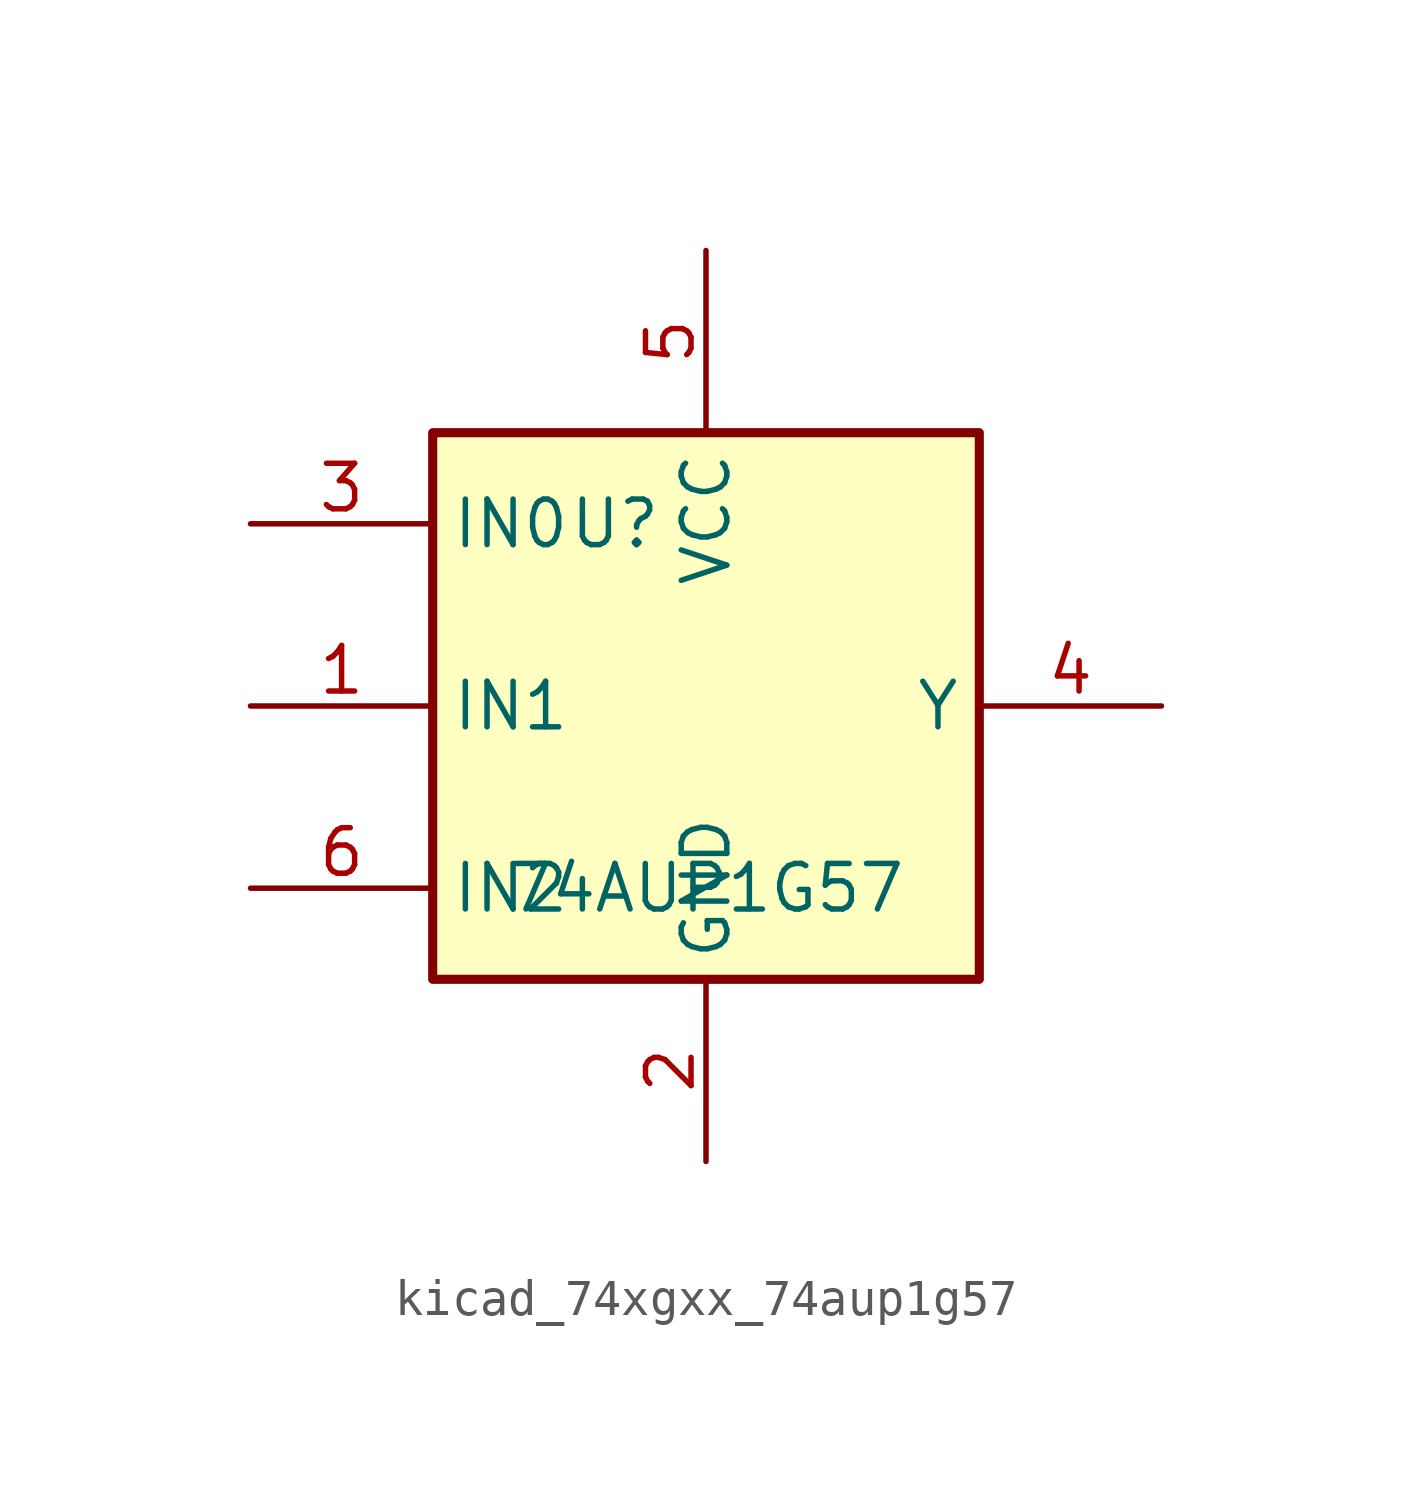
<source format=kicad_sym>
(kicad_symbol_lib
  (version 20220914)
  (generator kicad_symbol_editor)
  (symbol "kicad_74xgxx_74aup1g57"
    (property "Reference" "U"
      (at -2.54 5.08 0)
      (effects (font (size 1.27 1.27))))
    (property "Value" "74AUP1G57"
      (at 0 -5.08 0)
      (effects (font (size 1.27 1.27))))
    (symbol "kicad_74xgxx_74aup1g57_0_1"
      (rectangle (start -7.62 7.62) (end 7.62 -7.62) (stroke (width 0.254) (type default)) (fill (type background))))
    (symbol "kicad_74xgxx_74aup1g57_1_1"
      (pin input line (at -12.7 0 0) (length 5.08) (name "IN1" (effects (font (size 1.27 1.27)))) (number "1" (effects (font (size 1.27 1.27)))))
      (pin power_in line (at 0 -12.7 90) (length 5.08) (name "GND" (effects (font (size 1.27 1.27)))) (number "2" (effects (font (size 1.27 1.27)))))
      (pin input line (at -12.7 5.08 0) (length 5.08) (name "IN0" (effects (font (size 1.27 1.27)))) (number "3" (effects (font (size 1.27 1.27)))))
      (pin output line (at 12.7 0 180) (length 5.08) (name "Y" (effects (font (size 1.27 1.27)))) (number "4" (effects (font (size 1.27 1.27)))))
      (pin power_in line (at 0 12.7 270) (length 5.08) (name "VCC" (effects (font (size 1.27 1.27)))) (number "5" (effects (font (size 1.27 1.27)))))
      (pin input line (at -12.7 -5.08 0) (length 5.08) (name "IN2" (effects (font (size 1.27 1.27)))) (number "6" (effects (font (size 1.27 1.27))))))))
</source>
